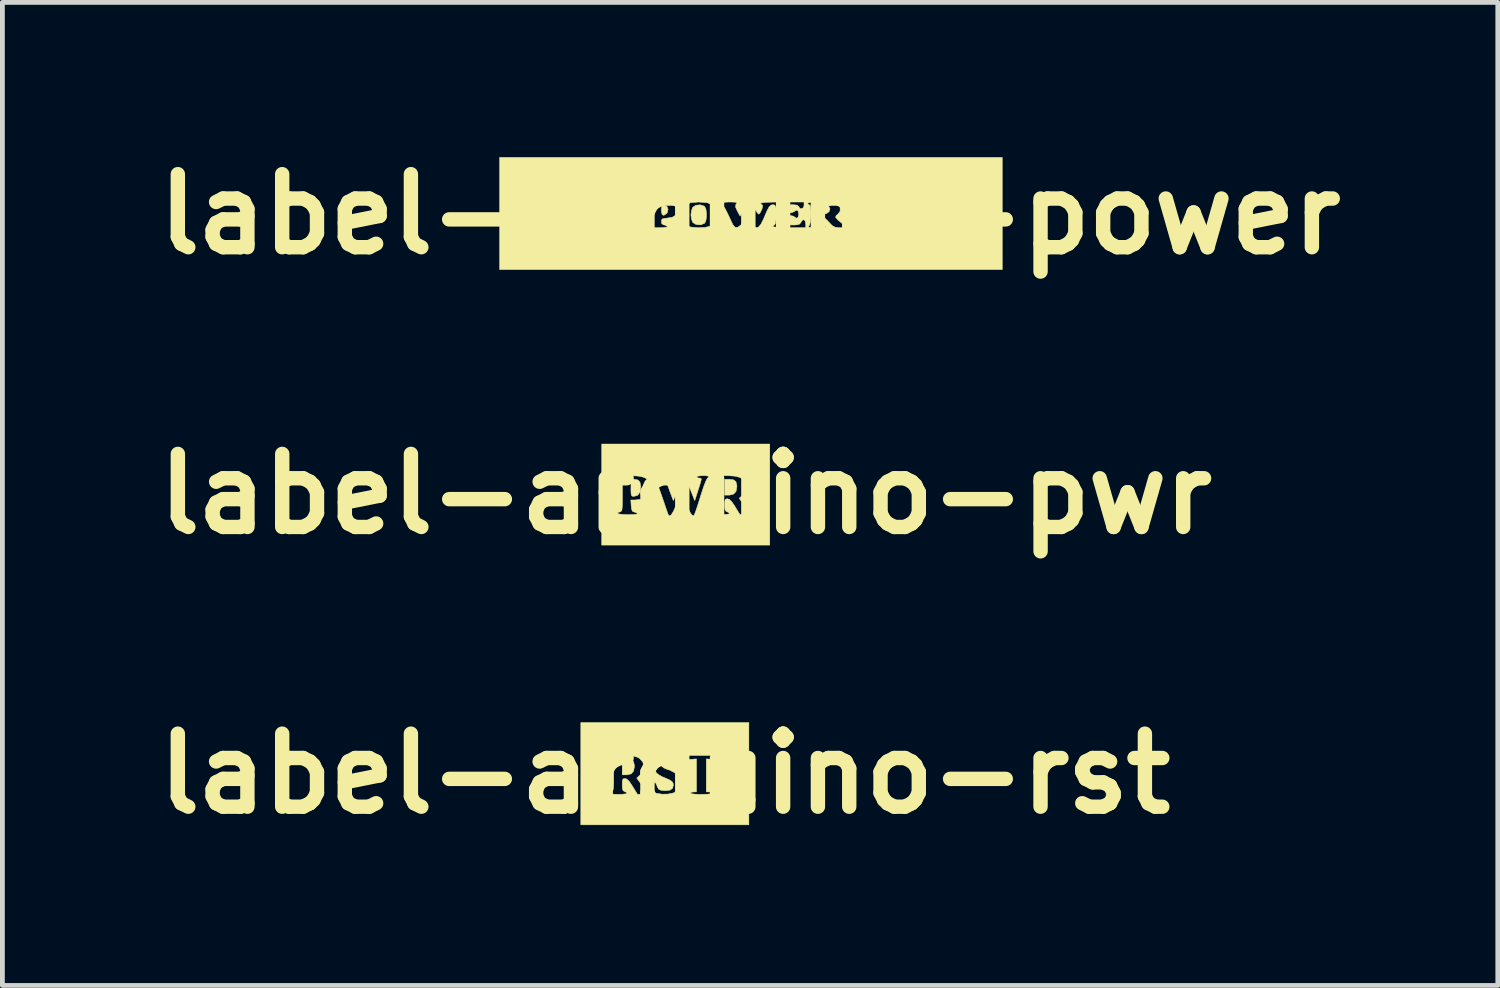
<source format=kicad_pcb>
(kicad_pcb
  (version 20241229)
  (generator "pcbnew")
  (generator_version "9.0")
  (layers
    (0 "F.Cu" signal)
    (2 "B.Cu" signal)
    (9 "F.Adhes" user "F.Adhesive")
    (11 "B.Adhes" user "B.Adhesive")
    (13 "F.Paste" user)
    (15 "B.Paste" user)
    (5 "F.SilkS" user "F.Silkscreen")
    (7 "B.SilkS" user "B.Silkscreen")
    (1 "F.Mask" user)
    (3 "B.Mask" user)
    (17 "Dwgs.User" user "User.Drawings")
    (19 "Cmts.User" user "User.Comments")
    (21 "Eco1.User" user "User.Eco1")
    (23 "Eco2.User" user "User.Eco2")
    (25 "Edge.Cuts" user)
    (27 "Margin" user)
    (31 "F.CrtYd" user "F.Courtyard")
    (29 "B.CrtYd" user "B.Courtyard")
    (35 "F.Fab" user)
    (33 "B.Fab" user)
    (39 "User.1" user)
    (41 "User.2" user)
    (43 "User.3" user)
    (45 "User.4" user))
  (footprint "label-arduino-power"
    (layer "F.Cu")
    (at 12.598 1.418)
    (property "Reference" "label-arduino-power" (at 0 0 0) (layer "F.SilkS") (effects (font (size 1.524 1.524) (thickness 0.3))))
    (attr through_hole)
    (fp_poly (pts (xy -1.733 -0.16) (xy -1.711 -0.099) (xy -1.726 -0.034) (xy -1.743 -0.013) (xy -1.8 0.025) (xy -1.835 0.009) (xy -1.85 -0.059) (xy -1.851 -0.087) (xy -1.845 -0.16) (xy -1.823 -0.191) (xy -1.787 -0.192) (xy -1.733 -0.16)) (stroke (width 0.01) (type solid)) (fill yes) (layer "F.SilkS"))
    (fp_poly (pts (xy 1.569 -0.192) (xy 1.641 -0.164) (xy 1.667 -0.112) (xy 1.651 -0.056) (xy 1.597 -0.013) (xy 1.533 -0.000432) (xy 1.501 -0.026) (xy 1.488 -0.096) (xy 1.488 -0.101) (xy 1.494 -0.167) (xy 1.52 -0.193) (xy 1.569 -0.192)) (stroke (width 0.01) (type solid)) (fill yes) (layer "F.SilkS"))
    (fp_poly (pts (xy -0.956 -0.167) (xy -0.951 -0.164) (xy -0.923 -0.113) (xy -0.91 -0.029) (xy -0.91 0.065) (xy -0.925 0.147) (xy -0.951 0.192) (xy -1.032 0.223) (xy -1.125 0.216) (xy -1.193 0.175) (xy -1.196 0.171) (xy -1.222 0.106) (xy -1.234 0.021) (xy -1.234 0.014) (xy -1.223 -0.071) (xy -1.199 -0.139) (xy -1.196 -0.143) (xy -1.131 -0.186) (xy -1.039 -0.195) (xy -0.956 -0.167)) (stroke (width 0.01) (type solid)) (fill yes) (layer "F.SilkS"))
    (fp_poly (pts (xy 5.261 1.157) (xy -5.225 1.157) (xy -5.225 -0.226) (xy -2.141 -0.226) (xy -2.113 -0.198) (xy -2.105 -0.198) (xy -2.085 -0.172) (xy -2.073 -0.107) (xy -2.068 -0.018) (xy -2.071 0.079) (xy -2.082 0.166) (xy -2.099 0.23) (xy -2.112 0.248) (xy -2.121 0.267) (xy -2.08 0.278) (xy -1.98 0.282) (xy -1.928 0.282) (xy -1.8 0.278) (xy -1.732 0.267) (xy -1.724 0.254) (xy -1.776 0.228) (xy -1.798 0.226) (xy -1.84 0.201) (xy -1.851 0.155) (xy -1.838 0.103) (xy -1.784 0.086) (xy -1.75 0.085) (xy -1.622 0.064) (xy -1.54 0.014) (xy -1.451 0.014) (xy -1.429 0.138) (xy -1.359 0.222) (xy -1.236 0.269) (xy -1.074 0.282) (xy -0.937 0.276) (xy -0.842 0.252) (xy -0.776 0.216) (xy -0.713 0.163) (xy -0.684 0.1) (xy -0.677 0.014) (xy -0.7 -0.108) (xy -0.771 -0.191) (xy -0.861 -0.226) (xy -0.617 -0.226) (xy -0.593 -0.198) (xy -0.585 -0.198) (xy -0.558 -0.173) (xy -0.517 -0.109) (xy -0.472 -0.021) (xy -0.424 0.081) (xy -0.383 0.169) (xy -0.359 0.219) (xy -0.312 0.273) (xy -0.255 0.274) (xy -0.19 0.223) (xy -0.139 0.148) (xy -0.062 0.014) (xy 0.012 0.148) (xy 0.071 0.239) (xy 0.124 0.28) (xy 0.175 0.27) (xy 0.227 0.208) (xy 0.285 0.091) (xy 0.305 0.042) (xy 0.356 -0.076) (xy 0.396 -0.15) (xy 0.432 -0.187) (xy 0.471 -0.198) (xy 0.473 -0.198) (xy 0.509 -0.192) (xy 0.531 -0.169) (xy 0.541 -0.116) (xy 0.544 -0.021) (xy 0.544 0.014) (xy 0.54 0.121) (xy 0.528 0.195) (xy 0.51 0.226) (xy 0.508 0.226) (xy 0.473 0.247) (xy 0.472 0.254) (xy 0.506 0.267) (xy 0.602 0.277) (xy 0.748 0.282) (xy 0.816 0.282) (xy 1.161 0.282) (xy 1.161 0.198) (xy 1.146 0.134) (xy 1.112 0.114) (xy 1.076 0.141) (xy 1.063 0.169) (xy 1.032 0.208) (xy 0.963 0.224) (xy 0.903 0.226) (xy 0.812 0.223) (xy 0.772 0.203) (xy 0.762 0.152) (xy 0.762 0.127) (xy 0.77 0.059) (xy 0.802 0.031) (xy 0.832 0.028) (xy 0.902 0.041) (xy 0.925 0.056) (xy 0.968 0.085) (xy 1.002 0.064) (xy 1.016 0) (xy 1.002 -0.064) (xy 0.968 -0.085) (xy 0.925 -0.056) (xy 0.874 -0.033) (xy 0.832 -0.028) (xy 0.781 -0.042) (xy 0.763 -0.094) (xy 0.762 -0.113) (xy 0.769 -0.17) (xy 0.805 -0.193) (xy 0.889 -0.198) (xy 0.983 -0.188) (xy 1.016 -0.159) (xy 1.016 -0.155) (xy 1.045 -0.118) (xy 1.07 -0.113) (xy 1.114 -0.137) (xy 1.125 -0.183) (xy 1.125 -0.226) (xy 1.197 -0.226) (xy 1.225 -0.198) (xy 1.234 -0.198) (xy 1.254 -0.172) (xy 1.266 -0.107) (xy 1.27 -0.018) (xy 1.267 0.079) (xy 1.257 0.166) (xy 1.239 0.23) (xy 1.226 0.248) (xy 1.217 0.267) (xy 1.258 0.278) (xy 1.359 0.281) (xy 1.399 0.281) (xy 1.515 0.279) (xy 1.57 0.273) (xy 1.574 0.259) (xy 1.551 0.243) (xy 1.512 0.2) (xy 1.49 0.14) (xy 1.489 0.085) (xy 1.513 0.057) (xy 1.519 0.056) (xy 1.556 0.078) (xy 1.614 0.133) (xy 1.647 0.169) (xy 1.714 0.239) (xy 1.775 0.272) (xy 1.86 0.282) (xy 1.889 0.282) (xy 2.034 0.282) (xy 1.906 0.183) (xy 1.821 0.112) (xy 1.785 0.065) (xy 1.794 0.03) (xy 1.832 0) (xy 1.879 -0.063) (xy 1.878 -0.141) (xy 1.83 -0.21) (xy 1.774 -0.234) (xy 1.678 -0.249) (xy 1.526 -0.254) (xy 1.485 -0.254) (xy 1.342 -0.251) (xy 1.242 -0.242) (xy 1.198 -0.228) (xy 1.197 -0.226) (xy 1.125 -0.226) (xy 1.125 -0.254) (xy 0.671 -0.254) (xy 0.475 -0.252) (xy 0.329 -0.246) (xy 0.241 -0.236) (xy 0.218 -0.226) (xy 0.243 -0.198) (xy 0.251 -0.198) (xy 0.263 -0.174) (xy 0.25 -0.115) (xy 0.245 -0.099) (xy 0.213 -0.034) (xy 0.185 -0.001) (xy 0.181 0) (xy 0.154 -0.024) (xy 0.115 -0.083) (xy 0.099 -0.113) (xy 0.053 -0.182) (xy 0.005 -0.222) (xy -0.011 -0.226) (xy -0.054 -0.202) (xy -0.106 -0.14) (xy -0.135 -0.092) (xy -0.207 0.042) (xy -0.267 -0.067) (xy -0.303 -0.149) (xy -0.299 -0.199) (xy -0.286 -0.216) (xy -0.274 -0.238) (xy -0.308 -0.25) (xy -0.399 -0.254) (xy -0.431 -0.254) (xy -0.536 -0.249) (xy -0.603 -0.236) (xy -0.617 -0.226) (xy -0.861 -0.226) (xy -0.895 -0.239) (xy -1.074 -0.254) (xy -1.248 -0.238) (xy -1.367 -0.188) (xy -1.433 -0.101) (xy -1.451 0.014) (xy -1.54 0.014) (xy -1.533 0.01) (xy -1.49 -0.065) (xy -1.503 -0.148) (xy -1.548 -0.202) (xy -1.597 -0.231) (xy -1.673 -0.247) (xy -1.795 -0.253) (xy -1.874 -0.254) (xy -2.009 -0.25) (xy -2.103 -0.241) (xy -2.141 -0.227) (xy -2.141 -0.226) (xy -5.225 -0.226) (xy -5.225 -1.185) (xy 5.261 -1.185) (xy 5.261 1.157)) (stroke (width 0.01) (type solid)) (fill yes) (layer "F.SilkS")))
  (footprint "label-arduino-rst"
    (layer "F.Cu")
    (at 10.82 13.09)
    (property "Reference" "label-arduino-rst" (at 0 0 0) (layer "F.SilkS") (effects (font (size 1.524 1.524) (thickness 0.3))))
    (attr through_hole)
    (fp_poly (pts (xy -0.704 -0.294) (xy -0.655 -0.255) (xy -0.636 -0.18) (xy -0.635 -0.149) (xy -0.652 -0.054) (xy -0.703 0.004) (xy -0.79 0.025) (xy -0.802 0.025) (xy -0.889 0.025) (xy -0.889 -0.305) (xy -0.792 -0.305) (xy -0.704 -0.294)) (stroke (width 0.01) (type solid)) (fill yes) (layer "F.SilkS"))
    (fp_poly (pts (xy 1.753 1.067) (xy -1.753 1.067) (xy -1.753 -0.342) (xy -1.167 -0.342) (xy -1.122 -0.324) (xy -1.118 -0.323) (xy -1.097 -0.314) (xy -1.083 -0.296) (xy -1.074 -0.258) (xy -1.069 -0.195) (xy -1.067 -0.095) (xy -1.067 0.025) (xy -1.067 0.162) (xy -1.07 0.256) (xy -1.075 0.316) (xy -1.084 0.35) (xy -1.099 0.367) (xy -1.118 0.374) (xy -1.165 0.392) (xy -1.166 0.409) (xy -1.124 0.422) (xy -1.045 0.43) (xy -0.978 0.432) (xy -0.887 0.429) (xy -0.819 0.422) (xy -0.788 0.411) (xy -0.787 0.409) (xy -0.809 0.386) (xy -0.838 0.374) (xy -0.869 0.357) (xy -0.884 0.32) (xy -0.889 0.247) (xy -0.889 0.231) (xy -0.887 0.154) (xy -0.876 0.116) (xy -0.852 0.103) (xy -0.831 0.102) (xy -0.792 0.114) (xy -0.748 0.156) (xy -0.692 0.235) (xy -0.673 0.266) (xy -0.572 0.43) (xy -0.438 0.431) (xy -0.364 0.427) (xy -0.315 0.416) (xy -0.305 0.406) (xy -0.325 0.384) (xy -0.342 0.381) (xy -0.374 0.362) (xy -0.423 0.311) (xy -0.479 0.24) (xy -0.251 0.24) (xy -0.249 0.285) (xy -0.239 0.356) (xy -0.215 0.393) (xy -0.178 0.409) (xy -0.059 0.428) (xy 0.064 0.426) (xy 0.173 0.404) (xy 0.221 0.382) (xy 0.294 0.314) (xy 0.326 0.23) (xy 0.319 0.141) (xy 0.277 0.055) (xy 0.203 -0.02) (xy 0.1 -0.075) (xy 0.048 -0.089) (xy -0.022 -0.12) (xy -0.066 -0.155) (xy -0.097 -0.212) (xy -0.082 -0.256) (xy -0.024 -0.284) (xy 0.054 -0.292) (xy 0.128 -0.287) (xy 0.17 -0.267) (xy 0.19 -0.235) (xy 0.224 -0.185) (xy 0.256 -0.183) (xy 0.276 -0.225) (xy 0.279 -0.266) (xy 0.27 -0.325) (xy 0.238 -0.361) (xy 0.176 -0.379) (xy 0.075 -0.38) (xy 0.007 -0.375) (xy -0.109 -0.353) (xy -0.184 -0.304) (xy -0.222 -0.227) (xy -0.229 -0.154) (xy -0.213 -0.07) (xy -0.163 -0.002) (xy -0.071 0.057) (xy 0 0.087) (xy 0.094 0.128) (xy 0.149 0.164) (xy 0.174 0.204) (xy 0.178 0.239) (xy 0.161 0.306) (xy 0.107 0.344) (xy 0.014 0.355) (xy -0.075 0.349) (xy -0.128 0.325) (xy -0.158 0.276) (xy -0.166 0.247) (xy -0.19 0.197) (xy -0.22 0.178) (xy -0.244 0.192) (xy -0.251 0.24) (xy -0.479 0.24) (xy -0.48 0.239) (xy -0.482 0.236) (xy -0.586 0.092) (xy -0.522 0.032) (xy -0.457 -0.056) (xy -0.436 -0.15) (xy -0.459 -0.24) (xy -0.523 -0.314) (xy -0.56 -0.337) (xy -0.62 -0.359) (xy -0.7 -0.373) (xy -0.81 -0.38) (xy -0.908 -0.381) (xy -1.032 -0.378) (xy -1.119 -0.37) (xy -1.165 -0.358) (xy -1.167 -0.342) (xy -1.753 -0.342) (xy -1.753 -0.381) (xy 0.381 -0.381) (xy 0.381 -0.267) (xy 0.387 -0.194) (xy 0.402 -0.157) (xy 0.42 -0.159) (xy 0.434 -0.206) (xy 0.436 -0.222) (xy 0.447 -0.267) (xy 0.476 -0.289) (xy 0.539 -0.299) (xy 0.552 -0.3) (xy 0.66 -0.308) (xy 0.66 0.381) (xy 0.597 0.381) (xy 0.549 0.39) (xy 0.533 0.406) (xy 0.557 0.419) (xy 0.624 0.427) (xy 0.724 0.432) (xy 0.762 0.432) (xy 0.872 0.429) (xy 0.95 0.422) (xy 0.988 0.411) (xy 0.991 0.406) (xy 0.969 0.387) (xy 0.927 0.381) (xy 0.864 0.381) (xy 0.864 -0.308) (xy 0.972 -0.3) (xy 1.04 -0.291) (xy 1.074 -0.272) (xy 1.086 -0.231) (xy 1.088 -0.222) (xy 1.101 -0.166) (xy 1.118 -0.154) (xy 1.134 -0.183) (xy 1.143 -0.248) (xy 1.143 -0.267) (xy 1.143 -0.381) (xy 0.381 -0.381) (xy -1.753 -0.381) (xy -1.753 -1.067) (xy 1.753 -1.067) (xy 1.753 1.067)) (stroke (width 0.01) (type solid)) (fill yes) (layer "F.SilkS")))
  (footprint "label-arduino-pwr"
    (layer "F.Cu")
    (at 11.256 7.254)
    (property "Reference" "label-arduino-pwr" (at 0 0 0) (layer "F.SilkS") (effects (font (size 1.524 1.524) (thickness 0.3))))
    (attr through_hole)
    (fp_poly (pts (xy 0.997 -0.294) (xy 1.047 -0.255) (xy 1.066 -0.18) (xy 1.067 -0.149) (xy 1.05 -0.054) (xy 0.998 0.004) (xy 0.912 0.025) (xy 0.9 0.025) (xy 0.813 0.025) (xy 0.813 -0.305) (xy 0.909 -0.305) (xy 0.997 -0.294)) (stroke (width 0.01) (type solid)) (fill yes) (layer "F.SilkS"))
    (fp_poly (pts (xy -0.998 -0.291) (xy -0.956 -0.247) (xy -0.94 -0.163) (xy -0.94 -0.136) (xy -0.956 -0.035) (xy -1.002 0.028) (xy -1.078 0.051) (xy -1.081 0.051) (xy -1.114 0.048) (xy -1.132 0.032) (xy -1.141 -0.008) (xy -1.143 -0.083) (xy -1.143 -0.127) (xy -1.142 -0.22) (xy -1.137 -0.273) (xy -1.123 -0.297) (xy -1.096 -0.304) (xy -1.072 -0.305) (xy -0.998 -0.291)) (stroke (width 0.01) (type solid)) (fill yes) (layer "F.SilkS"))
    (fp_poly (pts (xy 1.753 1.067) (xy -1.753 1.067) (xy -1.753 -0.357) (xy -1.421 -0.357) (xy -1.419 -0.34) (xy -1.372 -0.323) (xy -1.351 -0.314) (xy -1.337 -0.296) (xy -1.328 -0.258) (xy -1.323 -0.195) (xy -1.321 -0.095) (xy -1.321 0.025) (xy -1.321 0.162) (xy -1.324 0.256) (xy -1.329 0.316) (xy -1.338 0.35) (xy -1.353 0.367) (xy -1.372 0.374) (xy -1.419 0.392) (xy -1.42 0.408) (xy -1.378 0.421) (xy -1.296 0.429) (xy -1.201 0.432) (xy -1.098 0.429) (xy -1.029 0.423) (xy -1.003 0.413) (xy -1.005 0.409) (xy -1.048 0.385) (xy -1.079 0.377) (xy -1.112 0.361) (xy -1.13 0.32) (xy -1.138 0.247) (xy -1.146 0.127) (xy -1.055 0.127) (xy -0.951 0.114) (xy -0.855 0.079) (xy -0.784 0.031) (xy -0.764 0.004) (xy -0.741 -0.079) (xy -0.74 -0.175) (xy -0.763 -0.255) (xy -0.809 -0.312) (xy -0.884 -0.35) (xy -0.913 -0.356) (xy -0.682 -0.356) (xy -0.663 -0.33) (xy -0.651 -0.32) (xy -0.63 -0.287) (xy -0.598 -0.215) (xy -0.557 -0.114) (xy -0.513 0.007) (xy -0.498 0.051) (xy -0.454 0.176) (xy -0.417 0.286) (xy -0.388 0.37) (xy -0.371 0.418) (xy -0.368 0.425) (xy -0.343 0.459) (xy -0.309 0.443) (xy -0.265 0.377) (xy -0.211 0.262) (xy -0.192 0.216) (xy -0.152 0.115) (xy -0.119 0.036) (xy -0.096 -0.014) (xy -0.089 -0.025) (xy -0.077 -0.003) (xy -0.052 0.055) (xy -0.017 0.14) (xy 0.001 0.184) (xy 0.056 0.316) (xy 0.101 0.403) (xy 0.137 0.447) (xy 0.165 0.451) (xy 0.174 0.443) (xy 0.189 0.411) (xy 0.215 0.34) (xy 0.249 0.239) (xy 0.288 0.117) (xy 0.304 0.064) (xy 0.345 -0.065) (xy 0.383 -0.177) (xy 0.417 -0.262) (xy 0.441 -0.312) (xy 0.447 -0.32) (xy 0.468 -0.342) (xy 0.534 -0.342) (xy 0.58 -0.324) (xy 0.584 -0.323) (xy 0.605 -0.314) (xy 0.619 -0.296) (xy 0.628 -0.258) (xy 0.633 -0.195) (xy 0.635 -0.095) (xy 0.635 0.025) (xy 0.635 0.162) (xy 0.632 0.256) (xy 0.627 0.316) (xy 0.617 0.35) (xy 0.603 0.367) (xy 0.584 0.374) (xy 0.537 0.392) (xy 0.536 0.409) (xy 0.578 0.422) (xy 0.657 0.43) (xy 0.724 0.432) (xy 0.815 0.429) (xy 0.882 0.422) (xy 0.914 0.411) (xy 0.914 0.409) (xy 0.893 0.386) (xy 0.864 0.374) (xy 0.833 0.357) (xy 0.817 0.32) (xy 0.813 0.247) (xy 0.813 0.231) (xy 0.815 0.154) (xy 0.825 0.116) (xy 0.85 0.103) (xy 0.87 0.102) (xy 0.91 0.114) (xy 0.954 0.156) (xy 1.01 0.235) (xy 1.029 0.266) (xy 1.13 0.43) (xy 1.264 0.431) (xy 1.338 0.427) (xy 1.387 0.416) (xy 1.397 0.406) (xy 1.377 0.384) (xy 1.36 0.381) (xy 1.328 0.362) (xy 1.278 0.311) (xy 1.222 0.239) (xy 1.22 0.236) (xy 1.116 0.092) (xy 1.18 0.032) (xy 1.245 -0.056) (xy 1.266 -0.15) (xy 1.243 -0.24) (xy 1.178 -0.314) (xy 1.141 -0.337) (xy 1.081 -0.359) (xy 1.002 -0.373) (xy 0.891 -0.38) (xy 0.794 -0.381) (xy 0.669 -0.378) (xy 0.582 -0.37) (xy 0.536 -0.358) (xy 0.534 -0.342) (xy 0.468 -0.342) (xy 0.478 -0.352) (xy 0.469 -0.371) (xy 0.416 -0.38) (xy 0.356 -0.381) (xy 0.283 -0.376) (xy 0.237 -0.365) (xy 0.229 -0.356) (xy 0.25 -0.335) (xy 0.279 -0.33) (xy 0.306 -0.33) (xy 0.32 -0.323) (xy 0.323 -0.3) (xy 0.313 -0.254) (xy 0.289 -0.175) (xy 0.257 -0.076) (xy 0.188 0.14) (xy 0.1 -0.083) (xy 0.048 -0.204) (xy 0.004 -0.277) (xy -0.036 -0.302) (xy -0.073 -0.282) (xy -0.111 -0.216) (xy -0.128 -0.175) (xy -0.166 -0.08) (xy -0.206 0.016) (xy -0.216 0.041) (xy -0.259 0.14) (xy -0.331 -0.051) (xy -0.375 -0.173) (xy -0.398 -0.256) (xy -0.401 -0.306) (xy -0.385 -0.328) (xy -0.368 -0.33) (xy -0.334 -0.344) (xy -0.33 -0.356) (xy -0.354 -0.369) (xy -0.417 -0.378) (xy -0.508 -0.381) (xy -0.508 -0.381) (xy -0.61 -0.379) (xy -0.666 -0.371) (xy -0.682 -0.356) (xy -0.913 -0.356) (xy -0.992 -0.372) (xy -1.142 -0.381) (xy -1.18 -0.381) (xy -1.298 -0.378) (xy -1.38 -0.369) (xy -1.421 -0.357) (xy -1.753 -0.357) (xy -1.753 -1.041) (xy 1.753 -1.041) (xy 1.753 1.067)) (stroke (width 0.01) (type solid)) (fill yes) (layer "F.SilkS")))
  (gr_rect
    (start -3 -3)
    (end 28.197 17.508)
    (stroke (width 0.1) (type default))
    (fill no)
    (layer "Edge.Cuts")))
</source>
